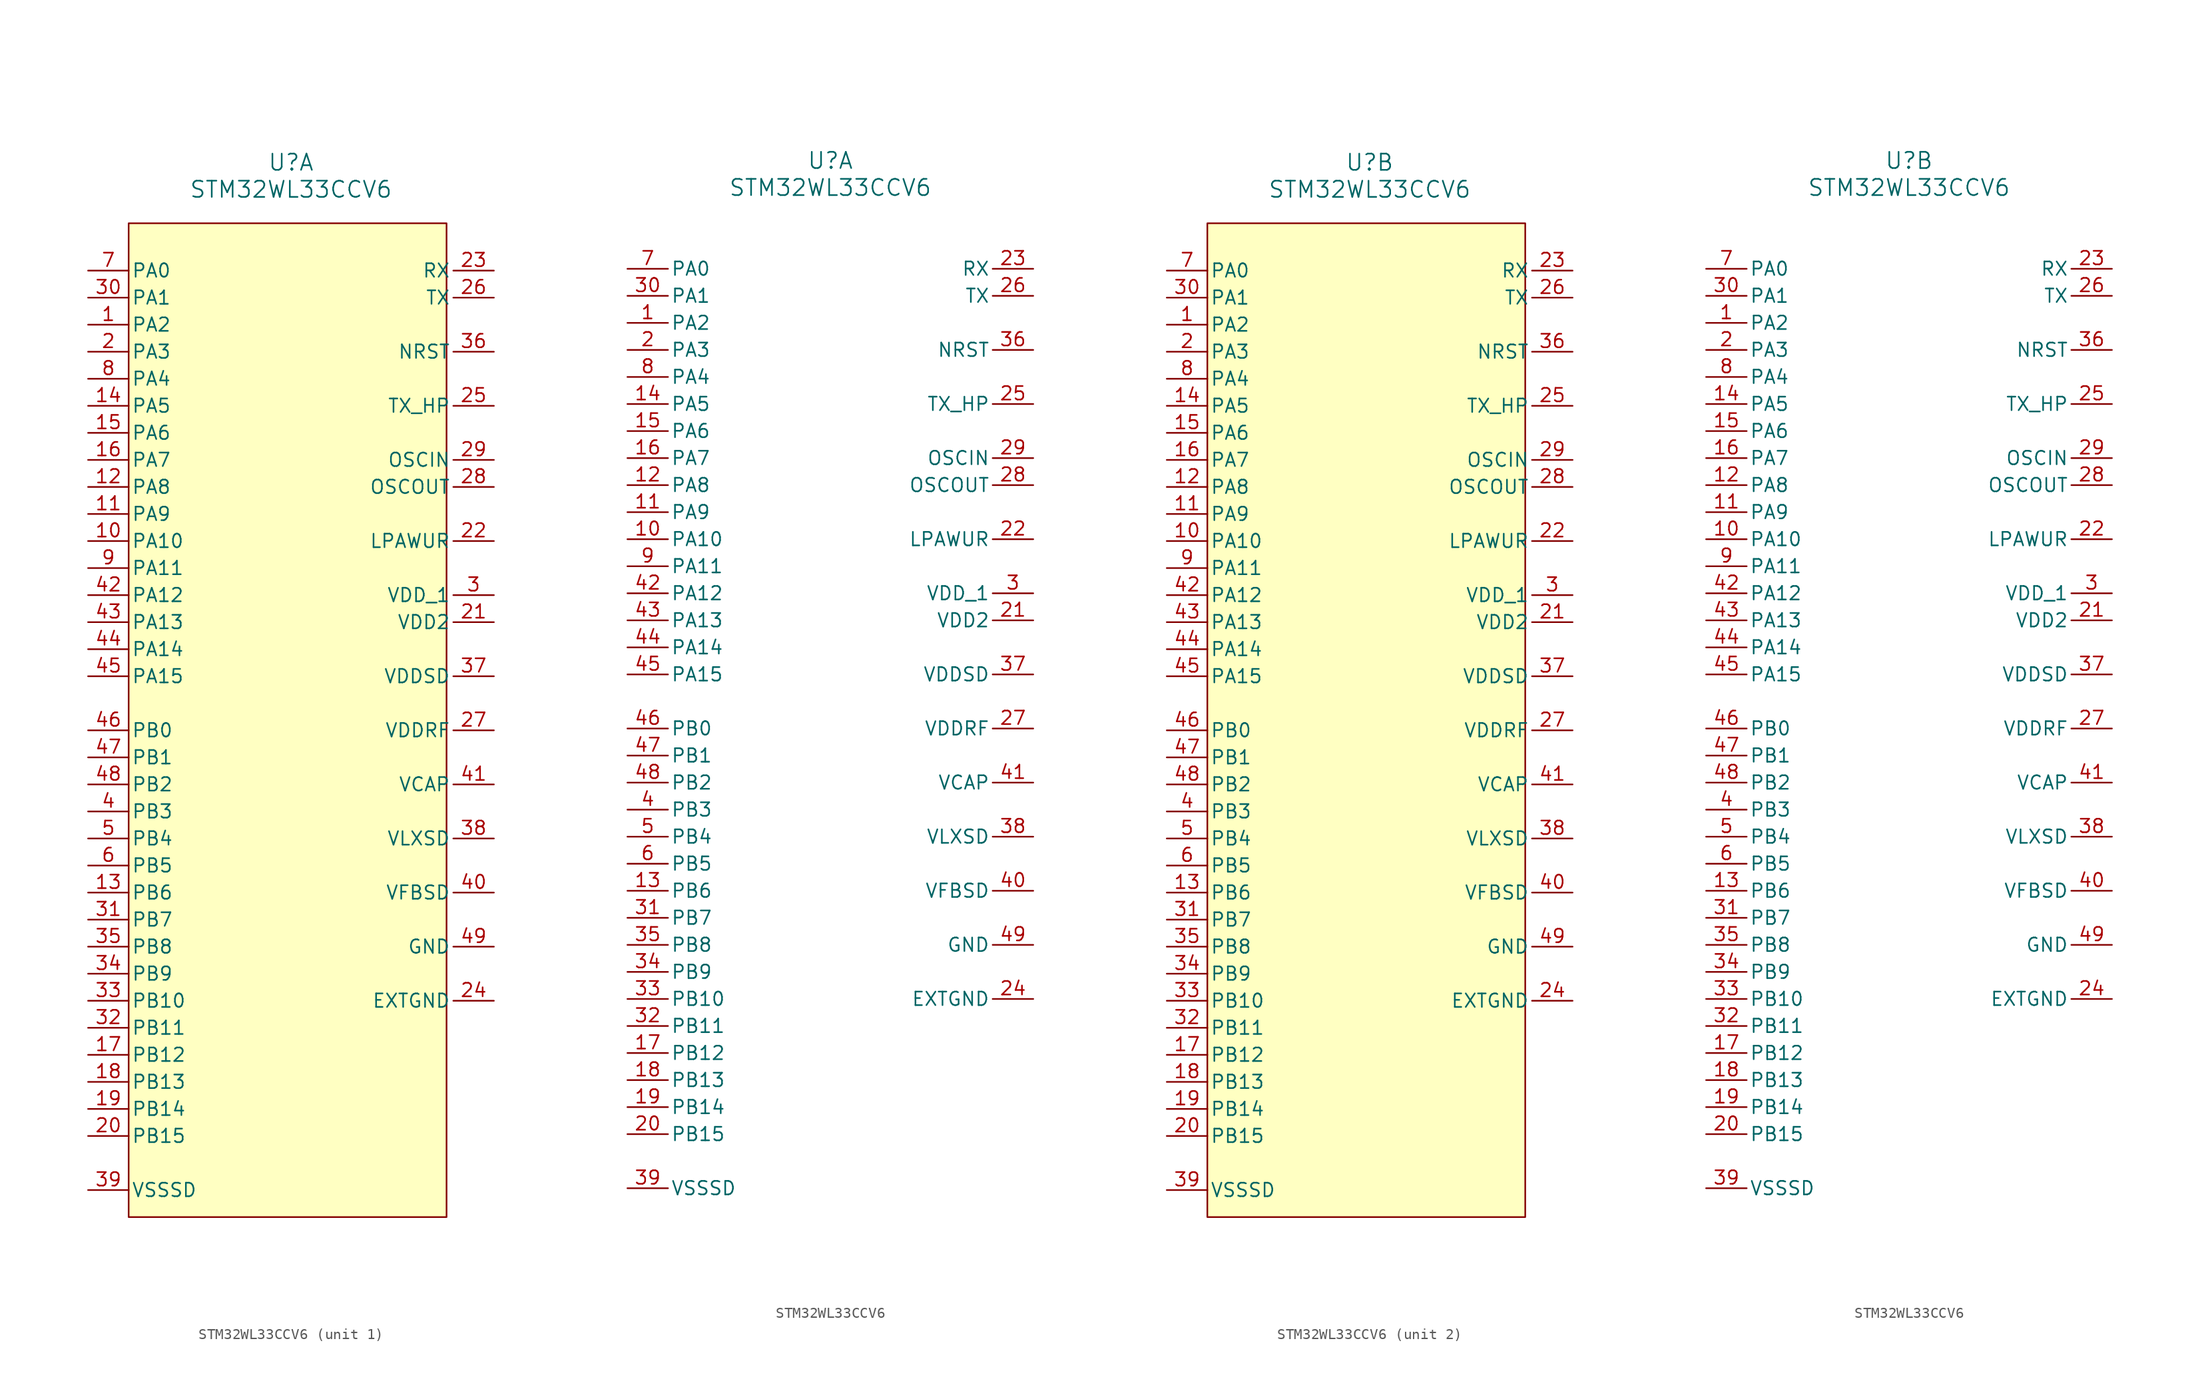
<source format=kicad_sym>
(kicad_symbol_lib
  (version 20241209)
  (generator "kicad_symbol_editor")
  (generator_version "9.0")
  (symbol "STM32WL33CCV6"
    (pin_names
      (offset 0.254))
    (property "Reference" "U"
      (at 22.86 10.16 0)
      (effects (font (size 1.524 1.524))))
    (property "Value" "STM32WL33CCV6"
      (at 22.86 7.62 0)
      (effects (font (size 1.524 1.524))))
    (property "ki_locked" ""
      (at 0 0 0)
      (effects (font (size 1.27 1.27))))
    (symbol "STM32WL33CCV6_0_1"
      (pin bidirectional line (at 3.81 0 0) (length 3.81) (name "PA0" (effects (font (size 1.27 1.27)))) (number "7" (effects (font (size 1.27 1.27)))))
      (pin bidirectional line (at 3.81 -2.54 0) (length 3.81) (name "PA1" (effects (font (size 1.27 1.27)))) (number "30" (effects (font (size 1.27 1.27)))))
      (pin bidirectional line (at 3.81 -5.08 0) (length 3.81) (name "PA2" (effects (font (size 1.27 1.27)))) (number "1" (effects (font (size 1.27 1.27)))))
      (pin bidirectional line (at 3.81 -7.62 0) (length 3.81) (name "PA3" (effects (font (size 1.27 1.27)))) (number "2" (effects (font (size 1.27 1.27)))))
      (pin bidirectional line (at 3.81 -10.16 0) (length 3.81) (name "PA4" (effects (font (size 1.27 1.27)))) (number "8" (effects (font (size 1.27 1.27)))))
      (pin bidirectional line (at 3.81 -12.7 0) (length 3.81) (name "PA5" (effects (font (size 1.27 1.27)))) (number "14" (effects (font (size 1.27 1.27)))))
      (pin bidirectional line (at 3.81 -15.24 0) (length 3.81) (name "PA6" (effects (font (size 1.27 1.27)))) (number "15" (effects (font (size 1.27 1.27)))))
      (pin bidirectional line (at 3.81 -17.78 0) (length 3.81) (name "PA7" (effects (font (size 1.27 1.27)))) (number "16" (effects (font (size 1.27 1.27)))))
      (pin bidirectional line (at 3.81 -20.32 0) (length 3.81) (name "PA8" (effects (font (size 1.27 1.27)))) (number "12" (effects (font (size 1.27 1.27)))))
      (pin bidirectional line (at 3.81 -22.86 0) (length 3.81) (name "PA9" (effects (font (size 1.27 1.27)))) (number "11" (effects (font (size 1.27 1.27)))))
      (pin bidirectional line (at 3.81 -25.4 0) (length 3.81) (name "PA10" (effects (font (size 1.27 1.27)))) (number "10" (effects (font (size 1.27 1.27)))))
      (pin bidirectional line (at 3.81 -27.94 0) (length 3.81) (name "PA11" (effects (font (size 1.27 1.27)))) (number "9" (effects (font (size 1.27 1.27)))))
      (pin bidirectional line (at 3.81 -30.48 0) (length 3.81) (name "PA12" (effects (font (size 1.27 1.27)))) (number "42" (effects (font (size 1.27 1.27)))))
      (pin bidirectional line (at 3.81 -33.02 0) (length 3.81) (name "PA13" (effects (font (size 1.27 1.27)))) (number "43" (effects (font (size 1.27 1.27)))))
      (pin bidirectional line (at 3.81 -35.56 0) (length 3.81) (name "PA14" (effects (font (size 1.27 1.27)))) (number "44" (effects (font (size 1.27 1.27)))))
      (pin bidirectional line (at 3.81 -38.1 0) (length 3.81) (name "PA15" (effects (font (size 1.27 1.27)))) (number "45" (effects (font (size 1.27 1.27)))))
      (pin bidirectional line (at 3.81 -43.18 0) (length 3.81) (name "PB0" (effects (font (size 1.27 1.27)))) (number "46" (effects (font (size 1.27 1.27)))))
      (pin bidirectional line (at 3.81 -45.72 0) (length 3.81) (name "PB1" (effects (font (size 1.27 1.27)))) (number "47" (effects (font (size 1.27 1.27)))))
      (pin bidirectional line (at 3.81 -48.26 0) (length 3.81) (name "PB2" (effects (font (size 1.27 1.27)))) (number "48" (effects (font (size 1.27 1.27)))))
      (pin bidirectional line (at 3.81 -50.8 0) (length 3.81) (name "PB3" (effects (font (size 1.27 1.27)))) (number "4" (effects (font (size 1.27 1.27)))))
      (pin bidirectional line (at 3.81 -53.34 0) (length 3.81) (name "PB4" (effects (font (size 1.27 1.27)))) (number "5" (effects (font (size 1.27 1.27)))))
      (pin bidirectional line (at 3.81 -55.88 0) (length 3.81) (name "PB5" (effects (font (size 1.27 1.27)))) (number "6" (effects (font (size 1.27 1.27)))))
      (pin bidirectional line (at 3.81 -58.42 0) (length 3.81) (name "PB6" (effects (font (size 1.27 1.27)))) (number "13" (effects (font (size 1.27 1.27)))))
      (pin bidirectional line (at 3.81 -60.96 0) (length 3.81) (name "PB7" (effects (font (size 1.27 1.27)))) (number "31" (effects (font (size 1.27 1.27)))))
      (pin bidirectional line (at 3.81 -63.5 0) (length 3.81) (name "PB8" (effects (font (size 1.27 1.27)))) (number "35" (effects (font (size 1.27 1.27)))))
      (pin bidirectional line (at 3.81 -66.04 0) (length 3.81) (name "PB9" (effects (font (size 1.27 1.27)))) (number "34" (effects (font (size 1.27 1.27)))))
      (pin bidirectional line (at 3.81 -68.58 0) (length 3.81) (name "PB10" (effects (font (size 1.27 1.27)))) (number "33" (effects (font (size 1.27 1.27)))))
      (pin bidirectional line (at 3.81 -71.12 0) (length 3.81) (name "PB11" (effects (font (size 1.27 1.27)))) (number "32" (effects (font (size 1.27 1.27)))))
      (pin bidirectional line (at 3.81 -73.66 0) (length 3.81) (name "PB12" (effects (font (size 1.27 1.27)))) (number "17" (effects (font (size 1.27 1.27)))))
      (pin bidirectional line (at 3.81 -76.2 0) (length 3.81) (name "PB13" (effects (font (size 1.27 1.27)))) (number "18" (effects (font (size 1.27 1.27)))))
      (pin bidirectional line (at 3.81 -78.74 0) (length 3.81) (name "PB14" (effects (font (size 1.27 1.27)))) (number "19" (effects (font (size 1.27 1.27)))))
      (pin bidirectional line (at 3.81 -81.28 0) (length 3.81) (name "PB15" (effects (font (size 1.27 1.27)))) (number "20" (effects (font (size 1.27 1.27)))))
      (pin power_in line (at 3.81 -86.36 0) (length 3.81) (name "VSSSD" (effects (font (size 1.27 1.27)))) (number "39" (effects (font (size 1.27 1.27)))))
      (pin unspecified line (at 41.91 0 180) (length 3.81) (name "RX" (effects (font (size 1.27 1.27)))) (number "23" (effects (font (size 1.27 1.27)))))
      (pin unspecified line (at 41.91 -2.54 180) (length 3.81) (name "TX" (effects (font (size 1.27 1.27)))) (number "26" (effects (font (size 1.27 1.27)))))
      (pin bidirectional line (at 41.91 -7.62 180) (length 3.81) (name "NRST" (effects (font (size 1.27 1.27)))) (number "36" (effects (font (size 1.27 1.27)))))
      (pin unspecified line (at 41.91 -12.7 180) (length 3.81) (name "TX_HP" (effects (font (size 1.27 1.27)))) (number "25" (effects (font (size 1.27 1.27)))))
      (pin input line (at 41.91 -17.78 180) (length 3.81) (name "OSCIN" (effects (font (size 1.27 1.27)))) (number "29" (effects (font (size 1.27 1.27)))))
      (pin output line (at 41.91 -20.32 180) (length 3.81) (name "OSCOUT" (effects (font (size 1.27 1.27)))) (number "28" (effects (font (size 1.27 1.27)))))
      (pin unspecified line (at 41.91 -25.4 180) (length 3.81) (name "LPAWUR" (effects (font (size 1.27 1.27)))) (number "22" (effects (font (size 1.27 1.27)))))
      (pin power_in line (at 41.91 -30.48 180) (length 3.81) (name "VDD_1" (effects (font (size 1.27 1.27)))) (number "3" (effects (font (size 1.27 1.27)))))
      (pin power_in line (at 41.91 -33.02 180) (length 3.81) (name "VDD2" (effects (font (size 1.27 1.27)))) (number "21" (effects (font (size 1.27 1.27)))))
      (pin power_in line (at 41.91 -38.1 180) (length 3.81) (name "VDDSD" (effects (font (size 1.27 1.27)))) (number "37" (effects (font (size 1.27 1.27)))))
      (pin power_in line (at 41.91 -43.18 180) (length 3.81) (name "VDDRF" (effects (font (size 1.27 1.27)))) (number "27" (effects (font (size 1.27 1.27)))))
      (pin power_in line (at 41.91 -48.26 180) (length 3.81) (name "VCAP" (effects (font (size 1.27 1.27)))) (number "41" (effects (font (size 1.27 1.27)))))
      (pin power_in line (at 41.91 -53.34 180) (length 3.81) (name "VLXSD" (effects (font (size 1.27 1.27)))) (number "38" (effects (font (size 1.27 1.27)))))
      (pin power_in line (at 41.91 -58.42 180) (length 3.81) (name "VFBSD" (effects (font (size 1.27 1.27)))) (number "40" (effects (font (size 1.27 1.27)))))
      (pin power_in line (at 41.91 -63.5 180) (length 3.81) (name "GND" (effects (font (size 1.27 1.27)))) (number "49" (effects (font (size 1.27 1.27)))))
      (pin power_in line (at 41.91 -68.58 180) (length 3.81) (name "EXTGND" (effects (font (size 1.27 1.27)))) (number "24" (effects (font (size 1.27 1.27))))))
    (symbol "STM32WL33CCV6_0_2"
      (pin bidirectional line (at 3.81 0 0) (length 3.81) (name "PA0" (effects (font (size 1.27 1.27)))) (number "7" (effects (font (size 1.27 1.27)))))
      (pin bidirectional line (at 3.81 -2.54 0) (length 3.81) (name "PA1" (effects (font (size 1.27 1.27)))) (number "30" (effects (font (size 1.27 1.27)))))
      (pin bidirectional line (at 3.81 -5.08 0) (length 3.81) (name "PA2" (effects (font (size 1.27 1.27)))) (number "1" (effects (font (size 1.27 1.27)))))
      (pin bidirectional line (at 3.81 -7.62 0) (length 3.81) (name "PA3" (effects (font (size 1.27 1.27)))) (number "2" (effects (font (size 1.27 1.27)))))
      (pin bidirectional line (at 3.81 -10.16 0) (length 3.81) (name "PA4" (effects (font (size 1.27 1.27)))) (number "8" (effects (font (size 1.27 1.27)))))
      (pin bidirectional line (at 3.81 -12.7 0) (length 3.81) (name "PA5" (effects (font (size 1.27 1.27)))) (number "14" (effects (font (size 1.27 1.27)))))
      (pin bidirectional line (at 3.81 -15.24 0) (length 3.81) (name "PA6" (effects (font (size 1.27 1.27)))) (number "15" (effects (font (size 1.27 1.27)))))
      (pin bidirectional line (at 3.81 -17.78 0) (length 3.81) (name "PA7" (effects (font (size 1.27 1.27)))) (number "16" (effects (font (size 1.27 1.27)))))
      (pin bidirectional line (at 3.81 -20.32 0) (length 3.81) (name "PA8" (effects (font (size 1.27 1.27)))) (number "12" (effects (font (size 1.27 1.27)))))
      (pin bidirectional line (at 3.81 -22.86 0) (length 3.81) (name "PA9" (effects (font (size 1.27 1.27)))) (number "11" (effects (font (size 1.27 1.27)))))
      (pin bidirectional line (at 3.81 -25.4 0) (length 3.81) (name "PA10" (effects (font (size 1.27 1.27)))) (number "10" (effects (font (size 1.27 1.27)))))
      (pin bidirectional line (at 3.81 -27.94 0) (length 3.81) (name "PA11" (effects (font (size 1.27 1.27)))) (number "9" (effects (font (size 1.27 1.27)))))
      (pin bidirectional line (at 3.81 -30.48 0) (length 3.81) (name "PA12" (effects (font (size 1.27 1.27)))) (number "42" (effects (font (size 1.27 1.27)))))
      (pin bidirectional line (at 3.81 -33.02 0) (length 3.81) (name "PA13" (effects (font (size 1.27 1.27)))) (number "43" (effects (font (size 1.27 1.27)))))
      (pin bidirectional line (at 3.81 -35.56 0) (length 3.81) (name "PA14" (effects (font (size 1.27 1.27)))) (number "44" (effects (font (size 1.27 1.27)))))
      (pin bidirectional line (at 3.81 -38.1 0) (length 3.81) (name "PA15" (effects (font (size 1.27 1.27)))) (number "45" (effects (font (size 1.27 1.27)))))
      (pin bidirectional line (at 3.81 -43.18 0) (length 3.81) (name "PB0" (effects (font (size 1.27 1.27)))) (number "46" (effects (font (size 1.27 1.27)))))
      (pin bidirectional line (at 3.81 -45.72 0) (length 3.81) (name "PB1" (effects (font (size 1.27 1.27)))) (number "47" (effects (font (size 1.27 1.27)))))
      (pin bidirectional line (at 3.81 -48.26 0) (length 3.81) (name "PB2" (effects (font (size 1.27 1.27)))) (number "48" (effects (font (size 1.27 1.27)))))
      (pin bidirectional line (at 3.81 -50.8 0) (length 3.81) (name "PB3" (effects (font (size 1.27 1.27)))) (number "4" (effects (font (size 1.27 1.27)))))
      (pin bidirectional line (at 3.81 -53.34 0) (length 3.81) (name "PB4" (effects (font (size 1.27 1.27)))) (number "5" (effects (font (size 1.27 1.27)))))
      (pin bidirectional line (at 3.81 -55.88 0) (length 3.81) (name "PB5" (effects (font (size 1.27 1.27)))) (number "6" (effects (font (size 1.27 1.27)))))
      (pin bidirectional line (at 3.81 -58.42 0) (length 3.81) (name "PB6" (effects (font (size 1.27 1.27)))) (number "13" (effects (font (size 1.27 1.27)))))
      (pin bidirectional line (at 3.81 -60.96 0) (length 3.81) (name "PB7" (effects (font (size 1.27 1.27)))) (number "31" (effects (font (size 1.27 1.27)))))
      (pin bidirectional line (at 3.81 -63.5 0) (length 3.81) (name "PB8" (effects (font (size 1.27 1.27)))) (number "35" (effects (font (size 1.27 1.27)))))
      (pin bidirectional line (at 3.81 -66.04 0) (length 3.81) (name "PB9" (effects (font (size 1.27 1.27)))) (number "34" (effects (font (size 1.27 1.27)))))
      (pin bidirectional line (at 3.81 -68.58 0) (length 3.81) (name "PB10" (effects (font (size 1.27 1.27)))) (number "33" (effects (font (size 1.27 1.27)))))
      (pin bidirectional line (at 3.81 -71.12 0) (length 3.81) (name "PB11" (effects (font (size 1.27 1.27)))) (number "32" (effects (font (size 1.27 1.27)))))
      (pin bidirectional line (at 3.81 -73.66 0) (length 3.81) (name "PB12" (effects (font (size 1.27 1.27)))) (number "17" (effects (font (size 1.27 1.27)))))
      (pin bidirectional line (at 3.81 -76.2 0) (length 3.81) (name "PB13" (effects (font (size 1.27 1.27)))) (number "18" (effects (font (size 1.27 1.27)))))
      (pin bidirectional line (at 3.81 -78.74 0) (length 3.81) (name "PB14" (effects (font (size 1.27 1.27)))) (number "19" (effects (font (size 1.27 1.27)))))
      (pin bidirectional line (at 3.81 -81.28 0) (length 3.81) (name "PB15" (effects (font (size 1.27 1.27)))) (number "20" (effects (font (size 1.27 1.27)))))
      (pin power_in line (at 3.81 -86.36 0) (length 3.81) (name "VSSSD" (effects (font (size 1.27 1.27)))) (number "39" (effects (font (size 1.27 1.27)))))
      (pin unspecified line (at 41.91 0 180) (length 3.81) (name "RX" (effects (font (size 1.27 1.27)))) (number "23" (effects (font (size 1.27 1.27)))))
      (pin unspecified line (at 41.91 -2.54 180) (length 3.81) (name "TX" (effects (font (size 1.27 1.27)))) (number "26" (effects (font (size 1.27 1.27)))))
      (pin bidirectional line (at 41.91 -7.62 180) (length 3.81) (name "NRST" (effects (font (size 1.27 1.27)))) (number "36" (effects (font (size 1.27 1.27)))))
      (pin unspecified line (at 41.91 -12.7 180) (length 3.81) (name "TX_HP" (effects (font (size 1.27 1.27)))) (number "25" (effects (font (size 1.27 1.27)))))
      (pin input line (at 41.91 -17.78 180) (length 3.81) (name "OSCIN" (effects (font (size 1.27 1.27)))) (number "29" (effects (font (size 1.27 1.27)))))
      (pin output line (at 41.91 -20.32 180) (length 3.81) (name "OSCOUT" (effects (font (size 1.27 1.27)))) (number "28" (effects (font (size 1.27 1.27)))))
      (pin unspecified line (at 41.91 -25.4 180) (length 3.81) (name "LPAWUR" (effects (font (size 1.27 1.27)))) (number "22" (effects (font (size 1.27 1.27)))))
      (pin power_in line (at 41.91 -30.48 180) (length 3.81) (name "VDD_1" (effects (font (size 1.27 1.27)))) (number "3" (effects (font (size 1.27 1.27)))))
      (pin power_in line (at 41.91 -33.02 180) (length 3.81) (name "VDD2" (effects (font (size 1.27 1.27)))) (number "21" (effects (font (size 1.27 1.27)))))
      (pin power_in line (at 41.91 -38.1 180) (length 3.81) (name "VDDSD" (effects (font (size 1.27 1.27)))) (number "37" (effects (font (size 1.27 1.27)))))
      (pin power_in line (at 41.91 -43.18 180) (length 3.81) (name "VDDRF" (effects (font (size 1.27 1.27)))) (number "27" (effects (font (size 1.27 1.27)))))
      (pin power_in line (at 41.91 -48.26 180) (length 3.81) (name "VCAP" (effects (font (size 1.27 1.27)))) (number "41" (effects (font (size 1.27 1.27)))))
      (pin power_in line (at 41.91 -53.34 180) (length 3.81) (name "VLXSD" (effects (font (size 1.27 1.27)))) (number "38" (effects (font (size 1.27 1.27)))))
      (pin power_in line (at 41.91 -58.42 180) (length 3.81) (name "VFBSD" (effects (font (size 1.27 1.27)))) (number "40" (effects (font (size 1.27 1.27)))))
      (pin power_in line (at 41.91 -63.5 180) (length 3.81) (name "GND" (effects (font (size 1.27 1.27)))) (number "49" (effects (font (size 1.27 1.27)))))
      (pin power_in line (at 41.91 -68.58 180) (length 3.81) (name "EXTGND" (effects (font (size 1.27 1.27)))) (number "24" (effects (font (size 1.27 1.27))))))
    (symbol "STM32WL33CCV6_1_1"
      (rectangle (start 7.62 4.445) (end 37.465 -88.9) (stroke (width 0) (type solid)) (fill (type background))))
    (symbol "STM32WL33CCV6_2_1"
      (rectangle (start 7.62 4.445) (end 37.465 -88.9) (stroke (width 0) (type solid)) (fill (type background))))))
</source>
